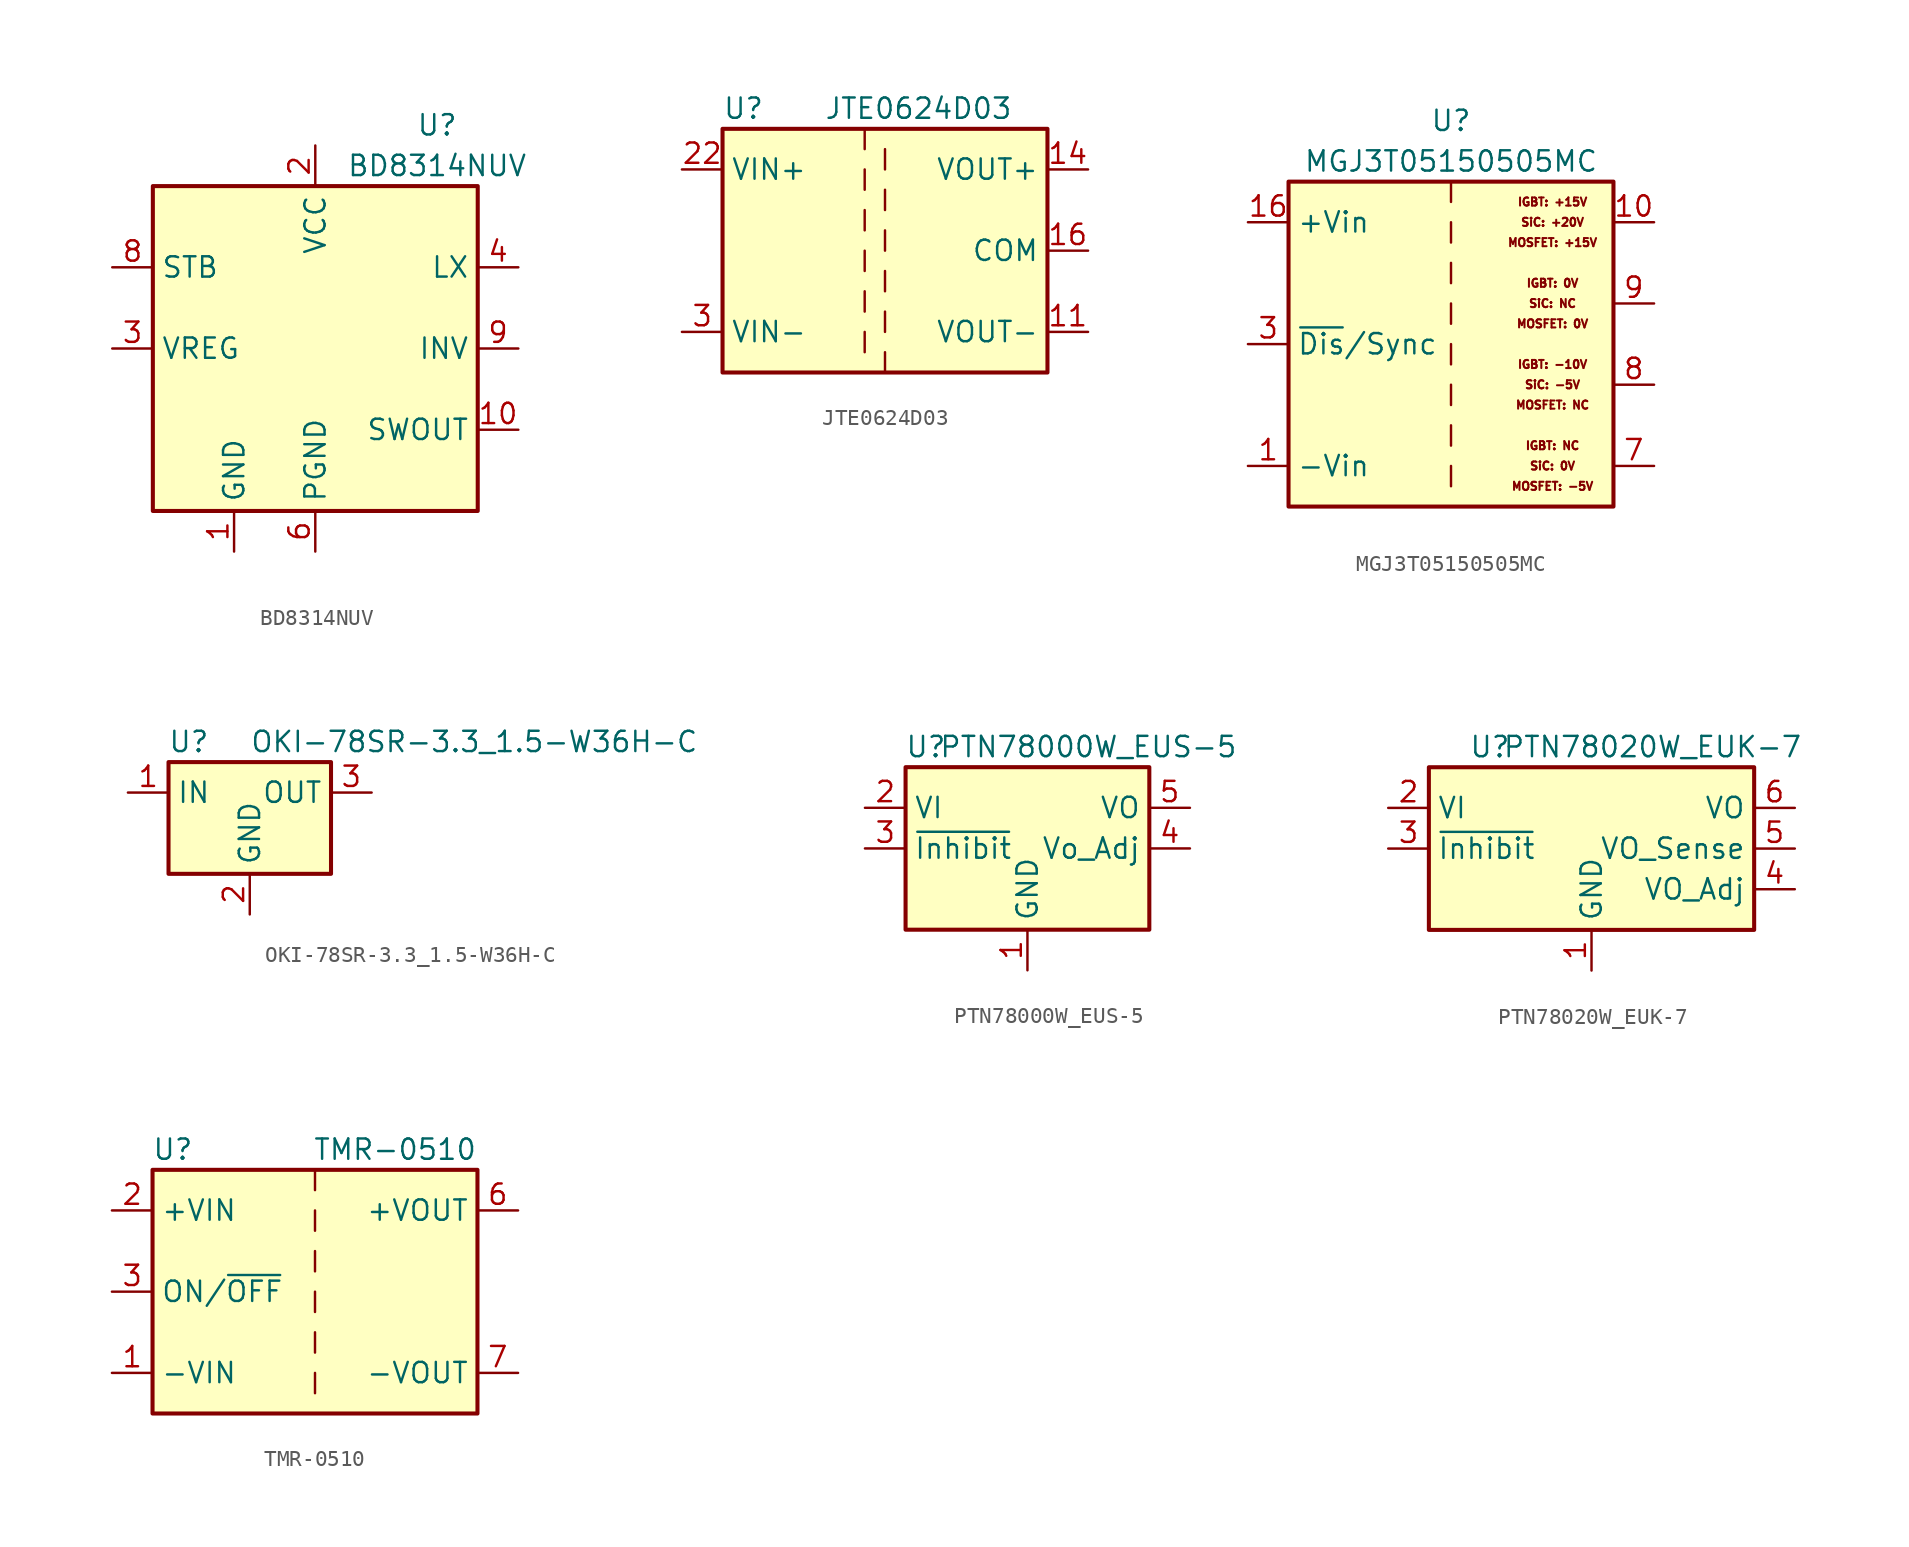
<source format=kicad_sym>
(kicad_symbol_lib
  (version 20220914)
  (generator kicad_symbol_editor)
  (symbol "BD8314NUV"
    (property "Reference" "U"
      (at 7.62 13.97 0)
      (effects (font (size 1.27 1.27))))
    (property "Value" "BD8314NUV"
      (at 7.62 11.43 0)
      (effects (font (size 1.27 1.27))))
    (symbol "BD8314NUV_0_1"
      (rectangle (start -10.16 10.16) (end 10.16 -10.16) (stroke (width 0.254) (type default)) (fill (type background))))
    (symbol "BD8314NUV_1_1"
      (pin power_in line (at -5.08 -12.7 90) (length 2.54) (name "GND" (effects (font (size 1.27 1.27)))) (number "1" (effects (font (size 1.27 1.27)))))
      (pin passive line (at 12.7 -5.08 180) (length 2.54) (name "SWOUT" (effects (font (size 1.27 1.27)))) (number "10" (effects (font (size 1.27 1.27)))))
      (pin passive line (at 0 -12.7 90) (length 2.54) hide (name "PGND" (effects (font (size 1.27 1.27)))) (number "11" (effects (font (size 1.27 1.27)))))
      (pin power_in line (at 0 12.7 270) (length 2.54) (name "VCC" (effects (font (size 1.27 1.27)))) (number "2" (effects (font (size 1.27 1.27)))))
      (pin passive line (at -12.7 0 0) (length 2.54) (name "VREG" (effects (font (size 1.27 1.27)))) (number "3" (effects (font (size 1.27 1.27)))))
      (pin passive line (at 12.7 5.08 180) (length 2.54) (name "LX" (effects (font (size 1.27 1.27)))) (number "4" (effects (font (size 1.27 1.27)))))
      (pin passive line (at 12.7 5.08 180) (length 2.54) hide (name "LX" (effects (font (size 1.27 1.27)))) (number "5" (effects (font (size 1.27 1.27)))))
      (pin power_in line (at 0 -12.7 90) (length 2.54) (name "PGND" (effects (font (size 1.27 1.27)))) (number "6" (effects (font (size 1.27 1.27)))))
      (pin passive line (at 0 -12.7 90) (length 2.54) hide (name "PGND" (effects (font (size 1.27 1.27)))) (number "7" (effects (font (size 1.27 1.27)))))
      (pin input line (at -12.7 5.08 0) (length 2.54) (name "STB" (effects (font (size 1.27 1.27)))) (number "8" (effects (font (size 1.27 1.27)))))
      (pin passive line (at 12.7 0 180) (length 2.54) (name "INV" (effects (font (size 1.27 1.27)))) (number "9" (effects (font (size 1.27 1.27)))))))
  (symbol "JTE0624D03"
    (property "Reference" "U"
      (at -10.16 8.89 0)
      (effects (font (size 1.27 1.27)) (justify left)))
    (property "Value" "JTE0624D03"
      (at -3.81 8.89 0)
      (effects (font (size 1.27 1.27)) (justify left)))
    (symbol "JTE0624D03_0_1"
      (rectangle (start -10.16 7.62) (end 10.16 -7.62) (stroke (width 0.254) (type default)) (fill (type background)))
      (polyline (pts (xy -1.27 -5.08) (xy -1.27 -6.35)) (stroke (width 0) (type default)) (fill (type none)))
      (polyline (pts (xy -1.27 -2.54) (xy -1.27 -3.81)) (stroke (width 0) (type default)) (fill (type none)))
      (polyline (pts (xy -1.27 0) (xy -1.27 -1.27)) (stroke (width 0) (type default)) (fill (type none)))
      (polyline (pts (xy -1.27 2.54) (xy -1.27 1.27)) (stroke (width 0) (type default)) (fill (type none)))
      (polyline (pts (xy -1.27 5.08) (xy -1.27 3.81)) (stroke (width 0) (type default)) (fill (type none)))
      (polyline (pts (xy -1.27 7.62) (xy -1.27 6.35)) (stroke (width 0) (type default)) (fill (type none)))
      (polyline (pts (xy 0 -7.62) (xy 0 -6.35)) (stroke (width 0) (type default)) (fill (type none)))
      (polyline (pts (xy 0 -5.08) (xy 0 -3.81)) (stroke (width 0) (type default)) (fill (type none)))
      (polyline (pts (xy 0 -1.27) (xy 0 -2.54)) (stroke (width 0) (type default)) (fill (type none)))
      (polyline (pts (xy 0 0) (xy 0 1.27)) (stroke (width 0) (type default)) (fill (type none)))
      (polyline (pts (xy 0 2.54) (xy 0 3.81)) (stroke (width 0) (type default)) (fill (type none)))
      (polyline (pts (xy 0 5.08) (xy 0 6.35)) (stroke (width 0) (type default)) (fill (type none))))
    (symbol "JTE0624D03_1_1"
      (pin power_out line (at 12.7 -5.08 180) (length 2.54) (name "VOUT-" (effects (font (size 1.27 1.27)))) (number "11" (effects (font (size 1.27 1.27)))))
      (pin power_out line (at 12.7 5.08 180) (length 2.54) (name "VOUT+" (effects (font (size 1.27 1.27)))) (number "14" (effects (font (size 1.27 1.27)))))
      (pin power_out line (at 12.7 0 180) (length 2.54) (name "COM" (effects (font (size 1.27 1.27)))) (number "16" (effects (font (size 1.27 1.27)))))
      (pin passive line (at -12.7 -5.08 0) (length 2.54) hide (name "VIN-" (effects (font (size 1.27 1.27)))) (number "2" (effects (font (size 1.27 1.27)))))
      (pin power_in line (at -12.7 5.08 0) (length 2.54) (name "VIN+" (effects (font (size 1.27 1.27)))) (number "22" (effects (font (size 1.27 1.27)))))
      (pin passive line (at -12.7 5.08 0) (length 2.54) hide (name "VIN+" (effects (font (size 1.27 1.27)))) (number "23" (effects (font (size 1.27 1.27)))))
      (pin power_in line (at -12.7 -5.08 0) (length 2.54) (name "VIN-" (effects (font (size 1.27 1.27)))) (number "3" (effects (font (size 1.27 1.27)))))
      (pin passive line (at 12.7 0 180) (length 2.54) hide (name "COM" (effects (font (size 1.27 1.27)))) (number "9" (effects (font (size 1.27 1.27)))))))
  (symbol "MGJ3T05150505MC"
    (property "Reference" "U"
      (at 0 13.97 0)
      (effects (font (size 1.27 1.27))))
    (property "Value" "MGJ3T05150505MC"
      (at 0 11.43 0)
      (effects (font (size 1.27 1.27))))
    (symbol "MGJ3T05150505MC_0_0"
      (text "IGBT: +15V" (at 6.35 8.89 0) (effects (font (size 0.508 0.508))))
      (text "IGBT: -10V" (at 6.35 -1.27 0) (effects (font (size 0.508 0.508))))
      (text "IGBT: 0V" (at 6.35 3.81 0) (effects (font (size 0.508 0.508))))
      (text "IGBT: NC" (at 6.35 -6.35 0) (effects (font (size 0.508 0.508))))
      (text "MOSFET: +15V" (at 6.35 6.35 0) (effects (font (size 0.508 0.508))))
      (text "MOSFET: -5V" (at 6.35 -8.89 0) (effects (font (size 0.508 0.508))))
      (text "MOSFET: 0V" (at 6.35 1.27 0) (effects (font (size 0.508 0.508))))
      (text "MOSFET: NC" (at 6.35 -3.81 0) (effects (font (size 0.508 0.508))))
      (text "SiC: +20V" (at 6.35 7.62 0) (effects (font (size 0.508 0.508))))
      (text "SiC: -5V" (at 6.35 -2.54 0) (effects (font (size 0.508 0.508))))
      (text "SiC: 0V" (at 6.35 -7.62 0) (effects (font (size 0.508 0.508))))
      (text "SiC: NC" (at 6.35 2.54 0) (effects (font (size 0.508 0.508)))))
    (symbol "MGJ3T05150505MC_0_1"
      (rectangle (start -10.16 10.16) (end 10.16 -10.16) (stroke (width 0.254) (type default)) (fill (type background)))
      (polyline (pts (xy 0 -7.62) (xy 0 -8.89)) (stroke (width 0) (type default)) (fill (type none)))
      (polyline (pts (xy 0 -5.08) (xy 0 -6.35)) (stroke (width 0) (type default)) (fill (type none)))
      (polyline (pts (xy 0 -2.54) (xy 0 -3.81)) (stroke (width 0) (type default)) (fill (type none)))
      (polyline (pts (xy 0 0) (xy 0 -1.27)) (stroke (width 0) (type default)) (fill (type none)))
      (polyline (pts (xy 0 2.54) (xy 0 1.27)) (stroke (width 0) (type default)) (fill (type none)))
      (polyline (pts (xy 0 5.08) (xy 0 3.81)) (stroke (width 0) (type default)) (fill (type none)))
      (polyline (pts (xy 0 7.62) (xy 0 6.35)) (stroke (width 0) (type default)) (fill (type none)))
      (polyline (pts (xy 0 10.16) (xy 0 8.89)) (stroke (width 0) (type default)) (fill (type none))))
    (symbol "MGJ3T05150505MC_1_1"
      (pin power_in line (at -12.7 -7.62 0) (length 2.54) (name "-Vin" (effects (font (size 1.27 1.27)))) (number "1" (effects (font (size 1.27 1.27)))))
      (pin power_out line (at 12.7 7.62 180) (length 2.54) (name "~" (effects (font (size 1.27 1.27)))) (number "10" (effects (font (size 1.27 1.27)))))
      (pin power_in line (at -12.7 7.62 0) (length 2.54) (name "+Vin" (effects (font (size 1.27 1.27)))) (number "16" (effects (font (size 1.27 1.27)))))
      (pin input line (at -12.7 0 0) (length 2.54) (name "~{Dis}/Sync" (effects (font (size 1.27 1.27)))) (number "3" (effects (font (size 1.27 1.27)))))
      (pin power_out line (at 12.7 -7.62 180) (length 2.54) (name "~" (effects (font (size 1.27 1.27)))) (number "7" (effects (font (size 1.27 1.27)))))
      (pin power_out line (at 12.7 -2.54 180) (length 2.54) (name "~" (effects (font (size 1.27 1.27)))) (number "8" (effects (font (size 1.27 1.27)))))
      (pin power_out line (at 12.7 2.54 180) (length 2.54) (name "~" (effects (font (size 1.27 1.27)))) (number "9" (effects (font (size 1.27 1.27)))))))
  (symbol "OKI-78SR-3.3_1.5-W36H-C"
    (property "Reference" "U"
      (at -3.81 3.175 0)
      (effects (font (size 1.27 1.27))))
    (property "Value" "OKI-78SR-3.3_1.5-W36H-C"
      (at 0 3.175 0)
      (effects (font (size 1.27 1.27)) (justify left)))
    (symbol "OKI-78SR-3.3_1.5-W36H-C_0_1"
      (rectangle (start -5.08 1.905) (end 5.08 -5.08) (stroke (width 0.254) (type default)) (fill (type background))))
    (symbol "OKI-78SR-3.3_1.5-W36H-C_1_1"
      (pin power_in line (at -7.62 0 0) (length 2.54) (name "IN" (effects (font (size 1.27 1.27)))) (number "1" (effects (font (size 1.27 1.27)))))
      (pin power_in line (at 0 -7.62 90) (length 2.54) (name "GND" (effects (font (size 1.27 1.27)))) (number "2" (effects (font (size 1.27 1.27)))))
      (pin power_out line (at 7.62 0 180) (length 2.54) (name "OUT" (effects (font (size 1.27 1.27)))) (number "3" (effects (font (size 1.27 1.27)))))))
  (symbol "PTN78000W_EUS-5"
    (property "Reference" "U"
      (at -6.35 6.35 0)
      (effects (font (size 1.27 1.27))))
    (property "Value" "PTN78000W_EUS-5"
      (at 3.81 6.35 0)
      (effects (font (size 1.27 1.27))))
    (symbol "PTN78000W_EUS-5_0_1"
      (rectangle (start -7.62 5.08) (end 7.62 -5.08) (stroke (width 0.254) (type default)) (fill (type background))))
    (symbol "PTN78000W_EUS-5_1_1"
      (pin power_in line (at 0 -7.62 90) (length 2.54) (name "GND" (effects (font (size 1.27 1.27)))) (number "1" (effects (font (size 1.27 1.27)))))
      (pin power_in line (at -10.16 2.54 0) (length 2.54) (name "VI" (effects (font (size 1.27 1.27)))) (number "2" (effects (font (size 1.27 1.27)))))
      (pin input line (at -10.16 0 0) (length 2.54) (name "~{Inhibit}" (effects (font (size 1.27 1.27)))) (number "3" (effects (font (size 1.27 1.27)))))
      (pin output line (at 10.16 0 180) (length 2.54) (name "Vo_Adj" (effects (font (size 1.27 1.27)))) (number "4" (effects (font (size 1.27 1.27)))))
      (pin power_out line (at 10.16 2.54 180) (length 2.54) (name "VO" (effects (font (size 1.27 1.27)))) (number "5" (effects (font (size 1.27 1.27)))))))
  (symbol "PTN78020W_EUK-7"
    (property "Reference" "U"
      (at -6.35 6.35 0)
      (effects (font (size 1.27 1.27))))
    (property "Value" "PTN78020W_EUK-7"
      (at 3.81 6.35 0)
      (effects (font (size 1.27 1.27))))
    (symbol "PTN78020W_EUK-7_0_1"
      (rectangle (start -10.16 5.08) (end 10.16 -5.08) (stroke (width 0.254) (type default)) (fill (type background))))
    (symbol "PTN78020W_EUK-7_1_1"
      (pin power_in line (at 0 -7.62 90) (length 2.54) (name "GND" (effects (font (size 1.27 1.27)))) (number "1" (effects (font (size 1.27 1.27)))))
      (pin power_in line (at -12.7 2.54 0) (length 2.54) (name "VI" (effects (font (size 1.27 1.27)))) (number "2" (effects (font (size 1.27 1.27)))))
      (pin input line (at -12.7 0 0) (length 2.54) (name "~{Inhibit}" (effects (font (size 1.27 1.27)))) (number "3" (effects (font (size 1.27 1.27)))))
      (pin input line (at 12.7 -2.54 180) (length 2.54) (name "VO_Adj" (effects (font (size 1.27 1.27)))) (number "4" (effects (font (size 1.27 1.27)))))
      (pin power_out line (at 12.7 0 180) (length 2.54) (name "VO_Sense" (effects (font (size 1.27 1.27)))) (number "5" (effects (font (size 1.27 1.27)))))
      (pin power_out line (at 12.7 2.54 180) (length 2.54) (name "VO" (effects (font (size 1.27 1.27)))) (number "6" (effects (font (size 1.27 1.27)))))
      (pin passive line (at 0 -7.62 90) (length 2.54) hide (name "GND" (effects (font (size 1.27 1.27)))) (number "7" (effects (font (size 1.27 1.27)))))))
  (symbol "TMR-0510"
    (property "Reference" "U"
      (at -8.89 8.89 0)
      (effects (font (size 1.27 1.27))))
    (property "Value" "TMR-0510"
      (at 10.16 8.89 0)
      (effects (font (size 1.27 1.27)) (justify right)))
    (symbol "TMR-0510_0_1"
      (rectangle (start -10.16 7.62) (end 10.16 -7.62) (stroke (width 0.254) (type default)) (fill (type background)))
      (polyline (pts (xy 0 -5.08) (xy 0 -6.35)) (stroke (width 0) (type default)) (fill (type none)))
      (polyline (pts (xy 0 -2.54) (xy 0 -3.81)) (stroke (width 0) (type default)) (fill (type none)))
      (polyline (pts (xy 0 0) (xy 0 -1.27)) (stroke (width 0) (type default)) (fill (type none)))
      (polyline (pts (xy 0 2.54) (xy 0 1.27)) (stroke (width 0) (type default)) (fill (type none)))
      (polyline (pts (xy 0 5.08) (xy 0 3.81)) (stroke (width 0) (type default)) (fill (type none)))
      (polyline (pts (xy 0 7.62) (xy 0 6.35)) (stroke (width 0) (type default)) (fill (type none))))
    (symbol "TMR-0510_1_1"
      (pin power_in line (at -12.7 -5.08 0) (length 2.54) (name "-VIN" (effects (font (size 1.27 1.27)))) (number "1" (effects (font (size 1.27 1.27)))))
      (pin power_in line (at -12.7 5.08 0) (length 2.54) (name "+VIN" (effects (font (size 1.27 1.27)))) (number "2" (effects (font (size 1.27 1.27)))))
      (pin input line (at -12.7 0 0) (length 2.54) (name "ON/~{OFF}" (effects (font (size 1.27 1.27)))) (number "3" (effects (font (size 1.27 1.27)))))
      (pin no_connect line (at 10.16 2.54 180) (length 2.54) hide (name "NC" (effects (font (size 1.27 1.27)))) (number "5" (effects (font (size 1.27 1.27)))))
      (pin power_out line (at 12.7 5.08 180) (length 2.54) (name "+VOUT" (effects (font (size 1.27 1.27)))) (number "6" (effects (font (size 1.27 1.27)))))
      (pin power_out line (at 12.7 -5.08 180) (length 2.54) (name "-VOUT" (effects (font (size 1.27 1.27)))) (number "7" (effects (font (size 1.27 1.27)))))
      (pin no_connect line (at 10.16 0 180) (length 2.54) hide (name "NC" (effects (font (size 1.27 1.27)))) (number "8" (effects (font (size 1.27 1.27))))))))
</source>
